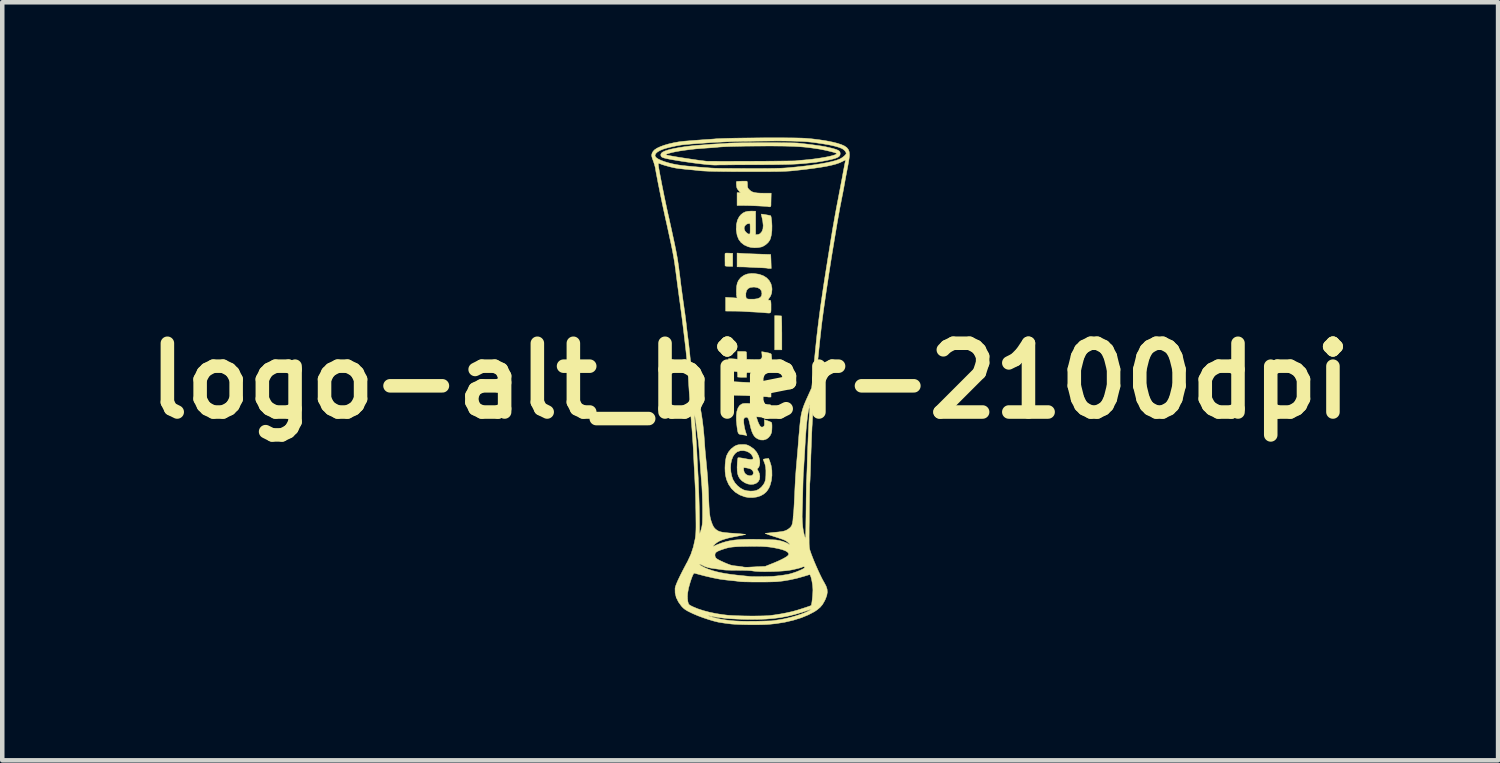
<source format=kicad_pcb>
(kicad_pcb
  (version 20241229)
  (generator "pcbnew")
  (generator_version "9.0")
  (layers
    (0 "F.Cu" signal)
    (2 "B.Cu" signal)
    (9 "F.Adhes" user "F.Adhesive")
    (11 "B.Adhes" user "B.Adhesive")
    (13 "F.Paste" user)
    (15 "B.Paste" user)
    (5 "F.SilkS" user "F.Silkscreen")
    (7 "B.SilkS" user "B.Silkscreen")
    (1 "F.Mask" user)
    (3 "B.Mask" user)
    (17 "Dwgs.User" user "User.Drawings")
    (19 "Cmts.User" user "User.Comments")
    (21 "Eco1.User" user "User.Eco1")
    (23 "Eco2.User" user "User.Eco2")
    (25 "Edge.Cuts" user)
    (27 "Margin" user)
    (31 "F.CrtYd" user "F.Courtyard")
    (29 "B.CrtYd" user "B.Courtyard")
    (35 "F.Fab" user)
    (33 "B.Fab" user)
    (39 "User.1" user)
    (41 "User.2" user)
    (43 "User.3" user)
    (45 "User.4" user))
  (footprint "logo-alt_bier-2100dpi"
    (layer "F.Cu")
    (at 13.578 5.393)
    (property "Reference" "logo-alt_bier-2100dpi" (at 0 0 0) (layer "F.SilkS") (effects (font (size 1.524 1.524) (thickness 0.3))))
    (attr through_hole)
    (fp_poly (pts (xy 0.614 -1.444) (xy 0.653 -1.442) (xy 0.682 -1.441) (xy 0.692 -1.44) (xy 0.695 -1.428) (xy 0.697 -1.395) (xy 0.698 -1.344) (xy 0.7 -1.277) (xy 0.701 -1.197) (xy 0.701 -1.108) (xy 0.702 -1.064) (xy 0.702 -0.689) (xy 0.544 -0.689) (xy 0.544 -1.447) (xy 0.614 -1.444)) (stroke (width 0.01) (type solid)) (fill yes) (layer "F.SilkS"))
    (fp_poly (pts (xy -0.472 -2.832) (xy -0.387 -2.828) (xy -0.387 -2.54) (xy -0.472 -2.54) (xy -0.521 -2.542) (xy -0.549 -2.547) (xy -0.557 -2.555) (xy -0.557 -2.579) (xy -0.557 -2.619) (xy -0.558 -2.668) (xy -0.558 -2.719) (xy -0.558 -2.765) (xy -0.558 -2.801) (xy -0.557 -2.818) (xy -0.552 -2.828) (xy -0.536 -2.833) (xy -0.503 -2.833) (xy -0.472 -2.832)) (stroke (width 0.01) (type solid)) (fill yes) (layer "F.SilkS"))
    (fp_poly (pts (xy -0.178 -2.826) (xy -0.131 -2.823) (xy -0.066 -2.82) (xy 0.012 -2.817) (xy 0.097 -2.814) (xy 0.183 -2.811) (xy 0.194 -2.811) (xy 0.27 -2.808) (xy 0.338 -2.806) (xy 0.393 -2.804) (xy 0.433 -2.803) (xy 0.453 -2.802) (xy 0.455 -2.802) (xy 0.456 -2.79) (xy 0.458 -2.758) (xy 0.46 -2.712) (xy 0.462 -2.655) (xy 0.462 -2.646) (xy 0.467 -2.492) (xy 0.429 -2.492) (xy 0.401 -2.493) (xy 0.386 -2.497) (xy 0.385 -2.497) (xy 0.372 -2.5) (xy 0.339 -2.503) (xy 0.29 -2.506) (xy 0.23 -2.509) (xy 0.199 -2.51) (xy 0.13 -2.513) (xy 0.063 -2.516) (xy 0.007 -2.519) (xy -0.034 -2.521) (xy -0.042 -2.522) (xy -0.086 -2.524) (xy -0.141 -2.526) (xy -0.197 -2.527) (xy -0.29 -2.528) (xy -0.29 -2.834) (xy -0.178 -2.826)) (stroke (width 0.01) (type solid)) (fill yes) (layer "F.SilkS"))
    (fp_poly (pts (xy -0.479 0.01) (xy -0.433 0.013) (xy -0.421 0.014) (xy -0.373 0.017) (xy -0.309 0.021) (xy -0.235 0.025) (xy -0.158 0.029) (xy -0.128 0.03) (xy -0.059 0.034) (xy 0.004 0.037) (xy 0.056 0.04) (xy 0.092 0.042) (xy 0.103 0.043) (xy 0.129 0.045) (xy 0.173 0.047) (xy 0.229 0.048) (xy 0.291 0.05) (xy 0.294 0.05) (xy 0.352 0.051) (xy 0.402 0.054) (xy 0.438 0.058) (xy 0.455 0.063) (xy 0.455 0.063) (xy 0.458 0.079) (xy 0.46 0.114) (xy 0.462 0.163) (xy 0.462 0.216) (xy 0.462 0.357) (xy 0.431 0.358) (xy 0.406 0.358) (xy 0.396 0.356) (xy 0.383 0.354) (xy 0.351 0.351) (xy 0.303 0.348) (xy 0.245 0.345) (xy 0.223 0.344) (xy 0.159 0.341) (xy 0.102 0.338) (xy 0.057 0.335) (xy 0.029 0.332) (xy 0.025 0.332) (xy 0.004 0.33) (xy -0.036 0.328) (xy -0.093 0.325) (xy -0.163 0.323) (xy -0.24 0.32) (xy -0.275 0.319) (xy -0.544 0.311) (xy -0.544 0.162) (xy -0.543 0.092) (xy -0.54 0.042) (xy -0.535 0.015) (xy -0.531 0.01) (xy -0.514 0.009) (xy -0.479 0.01)) (stroke (width 0.01) (type solid)) (fill yes) (layer "F.SilkS"))
    (fp_poly (pts (xy -0.086 -4.428) (xy -0.082 -4.428) (xy -0.07 -4.423) (xy -0.063 -4.409) (xy -0.061 -4.377) (xy -0.06 -4.353) (xy -0.059 -4.31) (xy -0.053 -4.282) (xy -0.039 -4.259) (xy -0.015 -4.234) (xy 0.016 -4.207) (xy 0.052 -4.188) (xy 0.098 -4.175) (xy 0.156 -4.166) (xy 0.231 -4.162) (xy 0.312 -4.161) (xy 0.466 -4.161) (xy 0.463 -4.037) (xy 0.462 -3.982) (xy 0.461 -3.933) (xy 0.461 -3.898) (xy 0.46 -3.886) (xy 0.453 -3.864) (xy 0.431 -3.858) (xy 0.407 -3.86) (xy 0.398 -3.863) (xy 0.385 -3.866) (xy 0.351 -3.869) (xy 0.301 -3.872) (xy 0.239 -3.875) (xy 0.168 -3.879) (xy 0.094 -3.882) (xy 0.019 -3.885) (xy -0.052 -3.887) (xy -0.116 -3.888) (xy -0.166 -3.889) (xy -0.29 -3.889) (xy -0.29 -4.031) (xy -0.29 -4.173) (xy -0.213 -4.173) (xy -0.244 -4.206) (xy -0.27 -4.237) (xy -0.289 -4.266) (xy -0.29 -4.268) (xy -0.298 -4.293) (xy -0.303 -4.329) (xy -0.306 -4.368) (xy -0.306 -4.401) (xy -0.302 -4.419) (xy -0.301 -4.42) (xy -0.288 -4.422) (xy -0.257 -4.424) (xy -0.215 -4.426) (xy -0.168 -4.428) (xy -0.123 -4.428) (xy -0.086 -4.428)) (stroke (width 0.01) (type solid)) (fill yes) (layer "F.SilkS"))
    (fp_poly (pts (xy -0.128 -0.652) (xy -0.096 -0.647) (xy -0.084 -0.64) (xy -0.083 -0.638) (xy -0.082 -0.618) (xy -0.081 -0.583) (xy -0.08 -0.55) (xy -0.079 -0.478) (xy 0.071 -0.474) (xy 0.135 -0.473) (xy 0.179 -0.473) (xy 0.209 -0.476) (xy 0.228 -0.481) (xy 0.242 -0.49) (xy 0.244 -0.492) (xy 0.258 -0.509) (xy 0.264 -0.53) (xy 0.263 -0.565) (xy 0.262 -0.581) (xy 0.255 -0.648) (xy 0.357 -0.631) (xy 0.416 -0.618) (xy 0.452 -0.606) (xy 0.466 -0.594) (xy 0.47 -0.574) (xy 0.474 -0.536) (xy 0.478 -0.486) (xy 0.48 -0.448) (xy 0.482 -0.389) (xy 0.482 -0.348) (xy 0.478 -0.318) (xy 0.47 -0.292) (xy 0.458 -0.266) (xy 0.437 -0.231) (xy 0.415 -0.206) (xy 0.387 -0.188) (xy 0.349 -0.178) (xy 0.298 -0.173) (xy 0.229 -0.173) (xy 0.163 -0.176) (xy 0.097 -0.179) (xy 0.037 -0.181) (xy -0.011 -0.184) (xy -0.042 -0.185) (xy -0.048 -0.186) (xy -0.067 -0.185) (xy -0.076 -0.174) (xy -0.079 -0.148) (xy -0.08 -0.133) (xy -0.081 -0.079) (xy -0.128 -0.079) (xy -0.173 -0.079) (xy -0.221 -0.082) (xy -0.227 -0.082) (xy -0.278 -0.086) (xy -0.278 -0.146) (xy -0.28 -0.182) (xy -0.286 -0.201) (xy -0.298 -0.206) (xy -0.299 -0.206) (xy -0.335 -0.209) (xy -0.373 -0.214) (xy -0.405 -0.221) (xy -0.424 -0.227) (xy -0.424 -0.228) (xy -0.429 -0.242) (xy -0.438 -0.273) (xy -0.448 -0.316) (xy -0.459 -0.364) (xy -0.47 -0.412) (xy -0.478 -0.452) (xy -0.483 -0.48) (xy -0.484 -0.487) (xy -0.473 -0.491) (xy -0.443 -0.492) (xy -0.4 -0.49) (xy -0.381 -0.489) (xy -0.278 -0.481) (xy -0.278 -0.653) (xy -0.181 -0.653) (xy -0.128 -0.652)) (stroke (width 0.01) (type solid)) (fill yes) (layer "F.SilkS"))
    (fp_poly (pts (xy 0.082 -3.763) (xy 0.121 -3.762) (xy 0.121 -3.242) (xy 0.156 -3.242) (xy 0.191 -3.249) (xy 0.221 -3.265) (xy 0.26 -3.31) (xy 0.283 -3.37) (xy 0.289 -3.446) (xy 0.279 -3.539) (xy 0.267 -3.598) (xy 0.257 -3.643) (xy 0.249 -3.678) (xy 0.247 -3.696) (xy 0.247 -3.698) (xy 0.259 -3.697) (xy 0.288 -3.693) (xy 0.328 -3.687) (xy 0.371 -3.679) (xy 0.411 -3.672) (xy 0.442 -3.665) (xy 0.455 -3.661) (xy 0.455 -3.661) (xy 0.462 -3.643) (xy 0.469 -3.606) (xy 0.475 -3.556) (xy 0.48 -3.498) (xy 0.483 -3.437) (xy 0.483 -3.43) (xy 0.481 -3.326) (xy 0.469 -3.233) (xy 0.45 -3.157) (xy 0.435 -3.12) (xy 0.397 -3.067) (xy 0.344 -3.019) (xy 0.283 -2.982) (xy 0.249 -2.969) (xy 0.179 -2.956) (xy 0.098 -2.952) (xy 0.019 -2.959) (xy -0.045 -2.974) (xy -0.133 -3.014) (xy -0.203 -3.069) (xy -0.255 -3.139) (xy -0.289 -3.226) (xy -0.306 -3.329) (xy -0.308 -3.357) (xy -0.307 -3.368) (xy -0.133 -3.368) (xy -0.114 -3.322) (xy -0.092 -3.295) (xy -0.062 -3.27) (xy -0.035 -3.255) (xy -0.025 -3.254) (xy -0.014 -3.255) (xy -0.007 -3.262) (xy -0.002 -3.279) (xy -0.000487 -3.311) (xy -0.000009 -3.362) (xy 0 -3.376) (xy -0.000433 -3.431) (xy -0.002 -3.467) (xy -0.006 -3.486) (xy -0.012 -3.492) (xy -0.019 -3.491) (xy -0.047 -3.484) (xy -0.056 -3.483) (xy -0.076 -3.475) (xy -0.101 -3.456) (xy -0.103 -3.454) (xy -0.13 -3.413) (xy -0.133 -3.368) (xy -0.307 -3.368) (xy -0.304 -3.467) (xy -0.282 -3.562) (xy -0.242 -3.64) (xy -0.204 -3.685) (xy -0.16 -3.721) (xy -0.112 -3.745) (xy -0.054 -3.759) (xy 0.019 -3.764) (xy 0.082 -3.763)) (stroke (width 0.01) (type solid)) (fill yes) (layer "F.SilkS"))
    (fp_poly (pts (xy 0.09 -2.38) (xy 0.196 -2.364) (xy 0.288 -2.332) (xy 0.364 -2.285) (xy 0.422 -2.224) (xy 0.462 -2.15) (xy 0.482 -2.064) (xy 0.484 -2.026) (xy 0.476 -1.949) (xy 0.453 -1.883) (xy 0.421 -1.835) (xy 0.401 -1.807) (xy 0.399 -1.792) (xy 0.416 -1.788) (xy 0.431 -1.789) (xy 0.445 -1.787) (xy 0.454 -1.774) (xy 0.459 -1.747) (xy 0.462 -1.702) (xy 0.462 -1.637) (xy 0.462 -1.634) (xy 0.462 -1.578) (xy 0.46 -1.539) (xy 0.452 -1.516) (xy 0.434 -1.505) (xy 0.402 -1.504) (xy 0.353 -1.508) (xy 0.308 -1.512) (xy 0.261 -1.516) (xy 0.196 -1.521) (xy 0.122 -1.525) (xy 0.046 -1.529) (xy 0.024 -1.53) (xy -0.042 -1.534) (xy -0.1 -1.537) (xy -0.146 -1.54) (xy -0.175 -1.542) (xy -0.181 -1.543) (xy -0.2 -1.544) (xy -0.237 -1.545) (xy -0.289 -1.546) (xy -0.35 -1.547) (xy -0.372 -1.547) (xy -0.544 -1.548) (xy -0.544 -1.853) (xy -0.416 -1.845) (xy -0.288 -1.836) (xy -0.296 -1.863) (xy -0.3 -1.886) (xy -0.303 -1.921) (xy -0.097 -1.921) (xy -0.095 -1.87) (xy -0.088 -1.839) (xy -0.072 -1.822) (xy -0.043 -1.814) (xy -0.008 -1.812) (xy 0.087 -1.812) (xy 0.16 -1.822) (xy 0.212 -1.843) (xy 0.229 -1.856) (xy 0.251 -1.886) (xy 0.259 -1.923) (xy 0.26 -1.94) (xy 0.25 -1.995) (xy 0.219 -2.037) (xy 0.17 -2.065) (xy 0.104 -2.079) (xy 0.072 -2.08) (xy 0.004 -2.072) (xy -0.047 -2.046) (xy -0.08 -2.004) (xy -0.095 -1.946) (xy -0.097 -1.921) (xy -0.303 -1.921) (xy -0.303 -1.927) (xy -0.305 -1.978) (xy -0.305 -2.007) (xy -0.3 -2.097) (xy -0.285 -2.169) (xy -0.257 -2.229) (xy -0.215 -2.281) (xy -0.196 -2.299) (xy -0.133 -2.343) (xy -0.061 -2.37) (xy 0.024 -2.381) (xy 0.09 -2.38)) (stroke (width 0.01) (type solid)) (fill yes) (layer "F.SilkS"))
    (fp_poly (pts (xy -0.035 0.5) (xy 0.011 0.502) (xy 0.069 0.506) (xy 0.118 0.509) (xy 0.154 0.512) (xy 0.17 0.515) (xy 0.17 0.515) (xy 0.184 0.517) (xy 0.218 0.519) (xy 0.265 0.521) (xy 0.318 0.522) (xy 0.38 0.524) (xy 0.421 0.526) (xy 0.446 0.53) (xy 0.458 0.537) (xy 0.46 0.544) (xy 0.461 0.563) (xy 0.461 0.601) (xy 0.461 0.65) (xy 0.461 0.689) (xy 0.46 0.746) (xy 0.459 0.783) (xy 0.455 0.804) (xy 0.449 0.813) (xy 0.439 0.814) (xy 0.439 0.814) (xy 0.419 0.813) (xy 0.381 0.81) (xy 0.329 0.807) (xy 0.277 0.804) (xy 0.136 0.795) (xy 0.165 0.885) (xy 0.183 0.932) (xy 0.204 0.974) (xy 0.222 1.002) (xy 0.224 1.003) (xy 0.246 1.022) (xy 0.266 1.025) (xy 0.284 1.018) (xy 0.302 1.007) (xy 0.313 0.989) (xy 0.317 0.959) (xy 0.316 0.912) (xy 0.316 0.905) (xy 0.313 0.86) (xy 0.389 0.885) (xy 0.43 0.9) (xy 0.461 0.915) (xy 0.475 0.924) (xy 0.48 0.945) (xy 0.483 0.983) (xy 0.483 1.03) (xy 0.481 1.079) (xy 0.477 1.124) (xy 0.471 1.152) (xy 0.446 1.207) (xy 0.406 1.256) (xy 0.363 1.288) (xy 0.297 1.31) (xy 0.231 1.308) (xy 0.172 1.287) (xy 0.129 1.261) (xy 0.094 1.228) (xy 0.065 1.183) (xy 0.039 1.125) (xy 0.015 1.049) (xy -0.006 0.962) (xy -0.017 0.914) (xy -0.029 0.871) (xy -0.038 0.844) (xy -0.059 0.813) (xy -0.088 0.803) (xy -0.119 0.815) (xy -0.123 0.818) (xy -0.136 0.833) (xy -0.143 0.851) (xy -0.144 0.879) (xy -0.142 0.924) (xy -0.142 0.931) (xy -0.134 0.99) (xy -0.121 1.057) (xy -0.105 1.117) (xy -0.074 1.212) (xy -0.101 1.205) (xy -0.128 1.2) (xy -0.168 1.194) (xy -0.191 1.19) (xy -0.222 1.186) (xy -0.244 1.178) (xy -0.26 1.163) (xy -0.271 1.138) (xy -0.28 1.098) (xy -0.289 1.039) (xy -0.293 1.007) (xy -0.306 0.877) (xy -0.306 0.765) (xy -0.294 0.672) (xy -0.269 0.599) (xy -0.233 0.545) (xy -0.185 0.512) (xy -0.161 0.504) (xy -0.131 0.5) (xy -0.091 0.498) (xy -0.035 0.5)) (stroke (width 0.01) (type solid)) (fill yes) (layer "F.SilkS"))
    (fp_poly (pts (xy -0.123 1.41) (xy -0.086 1.415) (xy -0.052 1.426) (xy -0.013 1.445) (xy -0.002 1.451) (xy 0.08 1.508) (xy 0.144 1.581) (xy 0.189 1.667) (xy 0.212 1.76) (xy 0.214 1.815) (xy 0.207 1.867) (xy 0.192 1.91) (xy 0.172 1.936) (xy 0.17 1.937) (xy 0.157 1.948) (xy 0.157 1.96) (xy 0.169 1.981) (xy 0.176 1.992) (xy 0.203 2.049) (xy 0.214 2.114) (xy 0.208 2.175) (xy 0.206 2.182) (xy 0.178 2.233) (xy 0.134 2.269) (xy 0.079 2.289) (xy 0.017 2.295) (xy -0.049 2.285) (xy -0.115 2.259) (xy -0.177 2.218) (xy -0.195 2.202) (xy -0.234 2.159) (xy -0.261 2.112) (xy -0.278 2.057) (xy -0.287 1.989) (xy -0.288 1.958) (xy -0.145 1.958) (xy -0.139 1.998) (xy -0.126 2.034) (xy -0.099 2.067) (xy -0.06 2.09) (xy -0.017 2.102) (xy 0.024 2.101) (xy 0.054 2.086) (xy 0.071 2.053) (xy 0.069 2.016) (xy 0.048 1.981) (xy 0.014 1.954) (xy -0.019 1.942) (xy -0.062 1.932) (xy -0.083 1.928) (xy -0.145 1.92) (xy -0.145 1.958) (xy -0.288 1.958) (xy -0.289 1.905) (xy -0.287 1.859) (xy -0.284 1.802) (xy -0.279 1.753) (xy -0.274 1.719) (xy -0.27 1.704) (xy -0.254 1.702) (xy -0.22 1.705) (xy -0.173 1.712) (xy -0.139 1.718) (xy -0.06 1.733) (xy -0.003 1.741) (xy 0.036 1.742) (xy 0.058 1.734) (xy 0.066 1.718) (xy 0.063 1.694) (xy 0.059 1.682) (xy 0.026 1.628) (xy -0.023 1.587) (xy -0.084 1.558) (xy -0.151 1.545) (xy -0.22 1.548) (xy -0.284 1.57) (xy -0.29 1.573) (xy -0.34 1.615) (xy -0.38 1.674) (xy -0.41 1.749) (xy -0.428 1.833) (xy -0.434 1.925) (xy -0.427 2.019) (xy -0.408 2.112) (xy -0.38 2.19) (xy -0.338 2.26) (xy -0.279 2.326) (xy -0.211 2.38) (xy -0.14 2.418) (xy -0.139 2.418) (xy -0.069 2.436) (xy 0.01 2.443) (xy 0.087 2.439) (xy 0.135 2.429) (xy 0.193 2.401) (xy 0.248 2.355) (xy 0.295 2.297) (xy 0.311 2.27) (xy 0.326 2.236) (xy 0.336 2.203) (xy 0.343 2.162) (xy 0.347 2.108) (xy 0.348 2.078) (xy 0.349 1.986) (xy 0.343 1.911) (xy 0.328 1.844) (xy 0.306 1.787) (xy 0.295 1.758) (xy 0.291 1.739) (xy 0.291 1.737) (xy 0.305 1.733) (xy 0.335 1.727) (xy 0.352 1.725) (xy 0.408 1.717) (xy 0.432 1.774) (xy 0.464 1.874) (xy 0.481 1.984) (xy 0.483 2.097) (xy 0.47 2.208) (xy 0.443 2.309) (xy 0.418 2.368) (xy 0.387 2.42) (xy 0.356 2.46) (xy 0.315 2.496) (xy 0.3 2.508) (xy 0.231 2.547) (xy 0.148 2.573) (xy 0.056 2.586) (xy -0.038 2.584) (xy -0.118 2.57) (xy -0.23 2.528) (xy -0.329 2.467) (xy -0.412 2.388) (xy -0.477 2.294) (xy -0.524 2.186) (xy -0.547 2.091) (xy -0.555 2.016) (xy -0.558 1.931) (xy -0.554 1.844) (xy -0.545 1.761) (xy -0.532 1.691) (xy -0.521 1.655) (xy -0.481 1.578) (xy -0.424 1.509) (xy -0.356 1.455) (xy -0.334 1.442) (xy -0.296 1.425) (xy -0.258 1.415) (xy -0.213 1.411) (xy -0.175 1.41) (xy -0.123 1.41)) (stroke (width 0.01) (type solid)) (fill yes) (layer "F.SilkS"))
    (fp_poly (pts (xy 0.5 -5.28) (xy 0.613 -5.28) (xy 0.719 -5.279) (xy 0.815 -5.278) (xy 0.899 -5.277) (xy 0.967 -5.276) (xy 1.017 -5.274) (xy 1.046 -5.273) (xy 1.214 -5.254) (xy 1.359 -5.237) (xy 1.482 -5.22) (xy 1.584 -5.205) (xy 1.666 -5.191) (xy 1.705 -5.182) (xy 1.797 -5.161) (xy 1.867 -5.142) (xy 1.919 -5.125) (xy 1.956 -5.108) (xy 1.979 -5.09) (xy 1.991 -5.07) (xy 1.995 -5.046) (xy 1.996 -5.038) (xy 1.991 -5.007) (xy 1.976 -4.982) (xy 1.947 -4.959) (xy 1.902 -4.939) (xy 1.84 -4.92) (xy 1.758 -4.9) (xy 1.697 -4.888) (xy 1.627 -4.874) (xy 1.559 -4.862) (xy 1.5 -4.853) (xy 1.455 -4.846) (xy 1.445 -4.845) (xy 1.399 -4.841) (xy 1.34 -4.834) (xy 1.277 -4.828) (xy 1.258 -4.826) (xy 1.194 -4.819) (xy 1.127 -4.814) (xy 1.056 -4.809) (xy 0.979 -4.805) (xy 0.893 -4.801) (xy 0.797 -4.798) (xy 0.687 -4.796) (xy 0.562 -4.794) (xy 0.42 -4.793) (xy 0.259 -4.792) (xy 0.075 -4.791) (xy 0.043 -4.791) (xy -0.091 -4.791) (xy -0.218 -4.79) (xy -0.336 -4.79) (xy -0.444 -4.789) (xy -0.538 -4.788) (xy -0.617 -4.787) (xy -0.679 -4.787) (xy -0.721 -4.786) (xy -0.742 -4.785) (xy -0.743 -4.785) (xy -0.765 -4.784) (xy -0.805 -4.785) (xy -0.857 -4.788) (xy -0.901 -4.791) (xy -0.978 -4.798) (xy -1.069 -4.808) (xy -1.17 -4.82) (xy -1.278 -4.834) (xy -1.389 -4.85) (xy -1.499 -4.866) (xy -1.604 -4.883) (xy -1.701 -4.899) (xy -1.785 -4.914) (xy -1.854 -4.928) (xy -1.903 -4.94) (xy -1.908 -4.941) (xy -1.947 -4.955) (xy -1.969 -4.97) (xy -1.979 -4.99) (xy -1.979 -4.992) (xy -1.98 -5.014) (xy -1.871 -5.014) (xy -1.855 -5.007) (xy -1.834 -5.002) (xy -1.791 -4.993) (xy -1.732 -4.983) (xy -1.659 -4.97) (xy -1.576 -4.956) (xy -1.486 -4.942) (xy -1.393 -4.928) (xy -1.299 -4.914) (xy -1.21 -4.901) (xy -1.128 -4.889) (xy -1.056 -4.88) (xy -0.998 -4.873) (xy -0.974 -4.87) (xy -0.952 -4.869) (xy -0.908 -4.868) (xy -0.846 -4.868) (xy -0.766 -4.868) (xy -0.672 -4.867) (xy -0.565 -4.867) (xy -0.448 -4.867) (xy -0.322 -4.868) (xy -0.192 -4.868) (xy -0.057 -4.868) (xy 0.078 -4.869) (xy 0.213 -4.87) (xy 0.344 -4.87) (xy 0.47 -4.871) (xy 0.588 -4.872) (xy 0.696 -4.873) (xy 0.792 -4.874) (xy 0.873 -4.875) (xy 0.938 -4.876) (xy 0.983 -4.877) (xy 1.007 -4.878) (xy 1.01 -4.878) (xy 1.04 -4.882) (xy 1.084 -4.887) (xy 1.135 -4.892) (xy 1.143 -4.892) (xy 1.258 -4.902) (xy 1.371 -4.914) (xy 1.479 -4.928) (xy 1.581 -4.944) (xy 1.673 -4.96) (xy 1.754 -4.976) (xy 1.821 -4.993) (xy 1.873 -5.009) (xy 1.906 -5.024) (xy 1.918 -5.037) (xy 1.915 -5.044) (xy 1.898 -5.052) (xy 1.862 -5.064) (xy 1.811 -5.078) (xy 1.749 -5.093) (xy 1.683 -5.109) (xy 1.615 -5.123) (xy 1.551 -5.136) (xy 1.494 -5.145) (xy 1.494 -5.145) (xy 1.397 -5.159) (xy 1.307 -5.171) (xy 1.222 -5.181) (xy 1.139 -5.188) (xy 1.053 -5.194) (xy 0.961 -5.199) (xy 0.86 -5.202) (xy 0.747 -5.205) (xy 0.617 -5.206) (xy 0.468 -5.207) (xy 0.399 -5.207) (xy 0.226 -5.206) (xy 0.061 -5.205) (xy -0.094 -5.204) (xy -0.238 -5.201) (xy -0.368 -5.198) (xy -0.481 -5.195) (xy -0.576 -5.191) (xy -0.651 -5.186) (xy -0.695 -5.183) (xy -0.731 -5.179) (xy -0.776 -5.175) (xy -0.834 -5.17) (xy -0.907 -5.165) (xy -0.999 -5.159) (xy -1.089 -5.152) (xy -1.204 -5.143) (xy -1.321 -5.13) (xy -1.437 -5.115) (xy -1.548 -5.099) (xy -1.65 -5.081) (xy -1.738 -5.062) (xy -1.808 -5.043) (xy -1.845 -5.031) (xy -1.868 -5.021) (xy -1.871 -5.014) (xy -1.98 -5.014) (xy -1.981 -5.022) (xy -1.968 -5.049) (xy -1.938 -5.073) (xy -1.889 -5.096) (xy -1.82 -5.119) (xy -1.76 -5.135) (xy -1.671 -5.154) (xy -1.563 -5.174) (xy -1.443 -5.192) (xy -1.316 -5.208) (xy -1.187 -5.221) (xy -1.063 -5.23) (xy -1.034 -5.232) (xy -0.977 -5.236) (xy -0.93 -5.239) (xy -0.897 -5.242) (xy -0.883 -5.244) (xy -0.883 -5.244) (xy -0.869 -5.246) (xy -0.836 -5.248) (xy -0.787 -5.251) (xy -0.727 -5.254) (xy -0.695 -5.255) (xy -0.629 -5.259) (xy -0.569 -5.262) (xy -0.522 -5.266) (xy -0.491 -5.269) (xy -0.484 -5.27) (xy -0.463 -5.272) (xy -0.42 -5.273) (xy -0.358 -5.275) (xy -0.28 -5.276) (xy -0.189 -5.278) (xy -0.086 -5.278) (xy 0.025 -5.279) (xy 0.142 -5.28) (xy 0.261 -5.28) (xy 0.382 -5.28) (xy 0.5 -5.28)) (stroke (width 0.01) (type solid)) (fill yes) (layer "F.SilkS"))
    (fp_poly (pts (xy 0.737 -5.388) (xy 0.86 -5.387) (xy 0.97 -5.386) (xy 1.065 -5.384) (xy 1.144 -5.382) (xy 1.202 -5.379) (xy 1.21 -5.379) (xy 1.372 -5.365) (xy 1.533 -5.345) (xy 1.687 -5.321) (xy 1.827 -5.293) (xy 1.924 -5.269) (xy 2.018 -5.239) (xy 2.09 -5.207) (xy 2.142 -5.171) (xy 2.176 -5.128) (xy 2.195 -5.077) (xy 2.201 -5.016) (xy 2.201 -5.015) (xy 2.199 -4.982) (xy 2.193 -4.931) (xy 2.183 -4.866) (xy 2.17 -4.792) (xy 2.155 -4.713) (xy 2.153 -4.703) (xy 2.137 -4.619) (xy 2.121 -4.536) (xy 2.107 -4.458) (xy 2.095 -4.391) (xy 2.086 -4.342) (xy 2.086 -4.342) (xy 2.078 -4.295) (xy 2.066 -4.231) (xy 2.051 -4.153) (xy 2.034 -4.068) (xy 2.017 -3.981) (xy 2.012 -3.955) (xy 1.989 -3.838) (xy 1.964 -3.699) (xy 1.936 -3.543) (xy 1.907 -3.371) (xy 1.876 -3.187) (xy 1.844 -2.994) (xy 1.811 -2.795) (xy 1.779 -2.592) (xy 1.747 -2.389) (xy 1.717 -2.188) (xy 1.687 -1.993) (xy 1.66 -1.807) (xy 1.635 -1.632) (xy 1.613 -1.471) (xy 1.594 -1.328) (xy 1.591 -1.306) (xy 1.582 -1.235) (xy 1.572 -1.144) (xy 1.56 -1.034) (xy 1.546 -0.91) (xy 1.532 -0.775) (xy 1.517 -0.631) (xy 1.502 -0.483) (xy 1.487 -0.332) (xy 1.472 -0.184) (xy 1.458 -0.039) (xy 1.444 0.097) (xy 1.433 0.223) (xy 1.428 0.278) (xy 1.42 0.361) (xy 1.413 0.439) (xy 1.407 0.508) (xy 1.402 0.564) (xy 1.398 0.602) (xy 1.397 0.611) (xy 1.394 0.651) (xy 1.39 0.706) (xy 1.386 0.765) (xy 1.385 0.786) (xy 1.381 0.851) (xy 1.377 0.919) (xy 1.374 0.979) (xy 1.373 0.992) (xy 1.37 1.038) (xy 1.368 1.101) (xy 1.364 1.173) (xy 1.362 1.247) (xy 1.361 1.264) (xy 1.358 1.344) (xy 1.355 1.431) (xy 1.351 1.515) (xy 1.349 1.586) (xy 1.349 1.591) (xy 1.346 1.651) (xy 1.344 1.728) (xy 1.341 1.816) (xy 1.338 1.905) (xy 1.336 1.978) (xy 1.333 2.055) (xy 1.33 2.126) (xy 1.328 2.187) (xy 1.325 2.233) (xy 1.323 2.26) (xy 1.323 2.262) (xy 1.321 2.282) (xy 1.32 2.323) (xy 1.319 2.384) (xy 1.317 2.463) (xy 1.315 2.556) (xy 1.314 2.662) (xy 1.312 2.778) (xy 1.311 2.902) (xy 1.31 2.994) (xy 1.309 3.14) (xy 1.307 3.265) (xy 1.307 3.37) (xy 1.306 3.456) (xy 1.307 3.527) (xy 1.307 3.584) (xy 1.308 3.629) (xy 1.31 3.664) (xy 1.313 3.692) (xy 1.316 3.714) (xy 1.32 3.733) (xy 1.324 3.75) (xy 1.328 3.762) (xy 1.351 3.83) (xy 1.383 3.913) (xy 1.42 4.006) (xy 1.462 4.103) (xy 1.505 4.2) (xy 1.548 4.292) (xy 1.588 4.374) (xy 1.624 4.441) (xy 1.642 4.472) (xy 1.682 4.547) (xy 1.705 4.616) (xy 1.71 4.685) (xy 1.698 4.757) (xy 1.668 4.838) (xy 1.644 4.886) (xy 1.602 4.958) (xy 1.551 5.018) (xy 1.486 5.073) (xy 1.425 5.114) (xy 1.288 5.186) (xy 1.132 5.25) (xy 0.958 5.304) (xy 0.771 5.348) (xy 0.572 5.38) (xy 0.435 5.394) (xy 0.352 5.4) (xy 0.251 5.403) (xy 0.137 5.405) (xy 0.017 5.405) (xy -0.104 5.403) (xy -0.22 5.4) (xy -0.325 5.395) (xy -0.413 5.389) (xy -0.429 5.387) (xy -0.504 5.378) (xy -0.585 5.367) (xy -0.662 5.355) (xy -0.713 5.346) (xy -0.81 5.322) (xy -0.921 5.289) (xy -1.038 5.25) (xy -1.154 5.207) (xy -1.159 5.205) (xy -0.927 5.205) (xy -0.919 5.21) (xy -0.893 5.22) (xy -0.852 5.232) (xy -0.802 5.246) (xy -0.747 5.26) (xy -0.693 5.272) (xy -0.659 5.279) (xy -0.557 5.297) (xy -0.452 5.31) (xy -0.342 5.32) (xy -0.22 5.326) (xy -0.084 5.329) (xy 0.071 5.328) (xy 0.109 5.328) (xy 0.2 5.326) (xy 0.284 5.324) (xy 0.359 5.322) (xy 0.42 5.32) (xy 0.464 5.319) (xy 0.488 5.317) (xy 0.49 5.317) (xy 0.519 5.312) (xy 0.564 5.306) (xy 0.615 5.298) (xy 0.623 5.297) (xy 0.72 5.281) (xy 0.825 5.258) (xy 0.932 5.231) (xy 1.037 5.2) (xy 1.135 5.167) (xy 1.222 5.134) (xy 1.293 5.101) (xy 1.331 5.08) (xy 1.351 5.066) (xy 1.354 5.061) (xy 1.349 5.062) (xy 1.167 5.124) (xy 0.998 5.174) (xy 0.838 5.214) (xy 0.681 5.244) (xy 0.52 5.265) (xy 0.352 5.279) (xy 0.168 5.286) (xy 0.03 5.287) (xy -0.137 5.285) (xy -0.297 5.279) (xy -0.446 5.271) (xy -0.581 5.259) (xy -0.699 5.245) (xy -0.796 5.228) (xy -0.812 5.225) (xy -0.86 5.215) (xy -0.899 5.207) (xy -0.923 5.204) (xy -0.927 5.205) (xy -1.159 5.205) (xy -1.261 5.162) (xy -1.324 5.132) (xy -1.386 5.101) (xy -1.431 5.074) (xy -1.466 5.049) (xy -1.498 5.019) (xy -1.523 4.992) (xy -1.591 4.898) (xy -1.638 4.801) (xy -1.639 4.798) (xy -1.391 4.798) (xy -1.382 4.885) (xy -1.377 4.907) (xy -1.369 4.933) (xy -1.359 4.953) (xy -1.342 4.968) (xy -1.312 4.985) (xy -1.266 5.008) (xy -1.265 5.008) (xy -1.162 5.051) (xy -1.04 5.091) (xy -0.904 5.127) (xy -0.76 5.157) (xy -0.613 5.18) (xy -0.495 5.194) (xy -0.42 5.199) (xy -0.329 5.204) (xy -0.227 5.207) (xy -0.117 5.21) (xy -0.005 5.211) (xy 0.106 5.211) (xy 0.21 5.21) (xy 0.303 5.208) (xy 0.38 5.205) (xy 0.433 5.201) (xy 0.547 5.186) (xy 0.674 5.166) (xy 0.802 5.142) (xy 0.922 5.115) (xy 0.944 5.11) (xy 0.986 5.098) (xy 1.04 5.083) (xy 1.1 5.064) (xy 1.163 5.044) (xy 1.224 5.024) (xy 1.278 5.006) (xy 1.32 4.991) (xy 1.346 4.981) (xy 1.353 4.977) (xy 1.358 4.961) (xy 1.365 4.926) (xy 1.372 4.878) (xy 1.378 4.821) (xy 1.384 4.762) (xy 1.388 4.705) (xy 1.39 4.655) (xy 1.391 4.639) (xy 1.388 4.581) (xy 1.382 4.518) (xy 1.372 4.456) (xy 1.361 4.398) (xy 1.348 4.349) (xy 1.335 4.313) (xy 1.323 4.294) (xy 1.318 4.293) (xy 1.3 4.298) (xy 1.264 4.309) (xy 1.216 4.324) (xy 1.168 4.338) (xy 1.028 4.377) (xy 0.877 4.41) (xy 0.726 4.435) (xy 0.593 4.45) (xy 0.546 4.452) (xy 0.482 4.454) (xy 0.406 4.456) (xy 0.32 4.457) (xy 0.229 4.457) (xy 0.137 4.457) (xy 0.046 4.457) (xy -0.038 4.455) (xy -0.113 4.454) (xy -0.174 4.452) (xy -0.217 4.449) (xy -0.236 4.447) (xy -0.27 4.442) (xy -0.314 4.436) (xy -0.333 4.434) (xy -0.371 4.43) (xy -0.424 4.425) (xy -0.485 4.418) (xy -0.526 4.414) (xy -0.669 4.395) (xy -0.83 4.364) (xy -1.006 4.323) (xy -1.195 4.273) (xy -1.234 4.261) (xy -1.248 4.267) (xy -1.264 4.29) (xy -1.284 4.334) (xy -1.308 4.399) (xy -1.329 4.463) (xy -1.365 4.59) (xy -1.385 4.701) (xy -1.391 4.798) (xy -1.639 4.798) (xy -1.663 4.701) (xy -1.665 4.602) (xy -1.664 4.592) (xy -1.654 4.551) (xy -1.631 4.49) (xy -1.597 4.412) (xy -1.551 4.316) (xy -1.495 4.205) (xy -1.429 4.079) (xy -1.417 4.058) (xy -1.137 4.058) (xy -1.127 4.071) (xy -1.098 4.09) (xy -1.057 4.114) (xy -1.008 4.139) (xy -0.955 4.162) (xy -0.919 4.176) (xy -0.838 4.204) (xy -0.752 4.228) (xy -0.658 4.25) (xy -0.551 4.27) (xy -0.43 4.288) (xy -0.29 4.305) (xy -0.163 4.318) (xy -0.107 4.324) (xy -0.057 4.329) (xy -0.021 4.333) (xy -0.006 4.335) (xy 0.022 4.337) (xy 0.07 4.338) (xy 0.132 4.339) (xy 0.203 4.339) (xy 0.278 4.338) (xy 0.353 4.337) (xy 0.421 4.335) (xy 0.479 4.333) (xy 0.521 4.331) (xy 0.532 4.329) (xy 0.589 4.323) (xy 0.65 4.316) (xy 0.683 4.312) (xy 0.734 4.305) (xy 0.795 4.295) (xy 0.846 4.286) (xy 0.9 4.273) (xy 0.96 4.254) (xy 1.022 4.233) (xy 1.081 4.209) (xy 1.134 4.186) (xy 1.176 4.165) (xy 1.202 4.147) (xy 1.21 4.137) (xy 1.2 4.12) (xy 1.178 4.118) (xy 1.163 4.123) (xy 1.135 4.135) (xy 1.089 4.149) (xy 1.031 4.164) (xy 0.969 4.178) (xy 0.908 4.191) (xy 0.877 4.196) (xy 0.803 4.206) (xy 0.716 4.214) (xy 0.619 4.22) (xy 0.516 4.225) (xy 0.413 4.227) (xy 0.314 4.228) (xy 0.222 4.226) (xy 0.142 4.222) (xy 0.079 4.216) (xy 0.047 4.211) (xy 0.018 4.207) (xy -0.031 4.203) (xy -0.094 4.2) (xy -0.168 4.199) (xy -0.247 4.198) (xy -0.261 4.198) (xy -0.341 4.197) (xy -0.414 4.197) (xy -0.478 4.195) (xy -0.528 4.194) (xy -0.559 4.192) (xy -0.562 4.192) (xy -0.666 4.178) (xy -0.748 4.167) (xy -0.812 4.158) (xy -0.862 4.151) (xy -0.9 4.144) (xy -0.929 4.138) (xy -0.953 4.131) (xy -0.962 4.128) (xy -0.998 4.116) (xy -1.026 4.105) (xy -1.034 4.1) (xy -1.052 4.09) (xy -1.079 4.077) (xy -1.108 4.066) (xy -1.13 4.058) (xy -1.137 4.058) (xy -1.417 4.058) (xy -1.391 4.01) (xy -1.32 3.859) (xy -0.781 3.859) (xy -0.778 3.886) (xy -0.771 3.907) (xy -0.759 3.925) (xy -0.738 3.944) (xy -0.704 3.964) (xy -0.655 3.989) (xy -0.587 4.02) (xy -0.579 4.024) (xy -0.513 4.052) (xy -0.461 4.072) (xy -0.418 4.086) (xy -0.374 4.095) (xy -0.324 4.101) (xy -0.314 4.102) (xy -0.259 4.108) (xy -0.207 4.115) (xy -0.168 4.121) (xy -0.157 4.124) (xy -0.119 4.129) (xy -0.072 4.13) (xy -0.054 4.13) (xy -0.019 4.128) (xy 0.034 4.125) (xy 0.097 4.122) (xy 0.163 4.118) (xy 0.169 4.118) (xy 0.333 4.111) (xy 0.519 4.037) (xy 0.616 3.996) (xy 0.699 3.957) (xy 0.766 3.921) (xy 0.816 3.89) (xy 0.845 3.863) (xy 0.851 3.853) (xy 0.851 3.822) (xy 0.827 3.793) (xy 0.78 3.765) (xy 0.709 3.739) (xy 0.615 3.715) (xy 0.607 3.714) (xy 0.522 3.697) (xy 0.44 3.684) (xy 0.355 3.675) (xy 0.262 3.669) (xy 0.159 3.667) (xy 0.039 3.666) (xy -0.074 3.668) (xy -0.183 3.67) (xy -0.272 3.673) (xy -0.346 3.678) (xy -0.408 3.684) (xy -0.462 3.692) (xy -0.513 3.704) (xy -0.565 3.719) (xy -0.622 3.738) (xy -0.659 3.751) (xy -0.718 3.775) (xy -0.756 3.799) (xy -0.776 3.826) (xy -0.781 3.859) (xy -1.32 3.859) (xy -1.316 3.851) (xy -1.26 3.682) (xy -1.22 3.502) (xy -1.214 3.465) (xy -1.21 3.43) (xy -1.206 3.393) (xy -1.204 3.351) (xy -1.202 3.301) (xy -1.201 3.24) (xy -1.201 3.165) (xy -1.202 3.074) (xy -1.203 2.963) (xy -1.204 2.897) (xy -1.206 2.791) (xy -1.207 2.691) (xy -1.209 2.601) (xy -1.211 2.523) (xy -1.212 2.46) (xy -1.214 2.415) (xy -1.215 2.391) (xy -1.215 2.389) (xy -1.218 2.364) (xy -1.22 2.32) (xy -1.223 2.263) (xy -1.226 2.199) (xy -1.227 2.177) (xy -1.23 2.106) (xy -1.234 2.037) (xy -1.237 1.976) (xy -1.239 1.93) (xy -1.24 1.923) (xy -1.243 1.878) (xy -1.246 1.818) (xy -1.249 1.751) (xy -1.252 1.699) (xy -1.256 1.607) (xy -1.26 1.52) (xy -1.265 1.435) (xy -1.271 1.349) (xy -1.277 1.258) (xy -1.284 1.158) (xy -1.292 1.047) (xy -1.302 0.922) (xy -1.314 0.778) (xy -1.317 0.738) (xy -1.243 0.738) (xy -1.24 0.762) (xy -1.236 0.796) (xy -1.232 0.844) (xy -1.228 0.889) (xy -1.214 1.074) (xy -1.203 1.237) (xy -1.193 1.377) (xy -1.186 1.495) (xy -1.181 1.593) (xy -1.18 1.615) (xy -1.176 1.708) (xy -1.172 1.796) (xy -1.167 1.886) (xy -1.161 1.986) (xy -1.155 2.092) (xy -1.153 2.124) (xy -1.151 2.16) (xy -1.15 2.204) (xy -1.147 2.258) (xy -1.145 2.324) (xy -1.142 2.405) (xy -1.138 2.504) (xy -1.134 2.623) (xy -1.131 2.715) (xy -1.129 2.788) (xy -1.127 2.877) (xy -1.125 2.974) (xy -1.124 3.071) (xy -1.123 3.145) (xy -1.122 3.393) (xy -1.099 3.334) (xy -1.086 3.291) (xy -1.072 3.237) (xy -1.063 3.183) (xy -1.059 3.143) (xy -1.057 3.083) (xy -1.055 3.007) (xy -1.055 2.918) (xy -1.055 2.821) (xy -1.057 2.719) (xy -1.059 2.616) (xy -1.062 2.517) (xy -1.066 2.424) (xy -1.07 2.343) (xy -1.075 2.277) (xy -1.075 2.274) (xy -1.081 2.206) (xy -1.087 2.133) (xy -1.092 2.067) (xy -1.094 2.044) (xy -1.105 1.891) (xy -1.114 1.76) (xy -1.122 1.65) (xy -1.129 1.558) (xy -1.135 1.483) (xy -1.14 1.423) (xy -1.145 1.375) (xy -1.149 1.339) (xy -1.149 1.337) (xy -1.168 1.193) (xy -1.183 1.072) (xy -1.197 0.972) (xy -1.208 0.893) (xy -1.217 0.832) (xy -1.224 0.788) (xy -1.23 0.76) (xy -1.234 0.747) (xy -1.241 0.733) (xy -1.243 0.738) (xy -1.317 0.738) (xy -1.324 0.653) (xy -1.327 0.611) (xy -1.331 0.554) (xy -1.335 0.492) (xy -1.336 0.466) (xy -1.34 0.405) (xy -1.344 0.345) (xy -1.347 0.295) (xy -1.349 0.278) (xy -1.355 0.19) (xy -1.362 0.082) (xy -1.369 -0.04) (xy -1.373 -0.115) (xy -1.379 -0.199) (xy -1.387 -0.304) (xy -1.399 -0.427) (xy -1.413 -0.566) (xy -1.429 -0.717) (xy -1.448 -0.879) (xy -1.468 -1.048) (xy -1.489 -1.221) (xy -1.511 -1.395) (xy -1.534 -1.569) (xy -1.554 -1.718) (xy -1.57 -1.83) (xy -1.586 -1.952) (xy -1.603 -2.076) (xy -1.619 -2.196) (xy -1.633 -2.306) (xy -1.645 -2.395) (xy -1.654 -2.469) (xy -1.664 -2.537) (xy -1.673 -2.603) (xy -1.683 -2.667) (xy -1.694 -2.733) (xy -1.707 -2.803) (xy -1.721 -2.879) (xy -1.738 -2.964) (xy -1.758 -3.059) (xy -1.782 -3.169) (xy -1.809 -3.294) (xy -1.84 -3.437) (xy -1.877 -3.601) (xy -1.887 -3.647) (xy -1.907 -3.739) (xy -1.929 -3.841) (xy -1.952 -3.949) (xy -1.975 -4.062) (xy -1.998 -4.174) (xy -2.02 -4.284) (xy -2.041 -4.388) (xy -2.059 -4.483) (xy -2.075 -4.566) (xy -2.088 -4.634) (xy -2.096 -4.683) (xy -2.099 -4.705) (xy -2.108 -4.747) (xy -2.123 -4.802) (xy -2.125 -4.81) (xy -2.038 -4.81) (xy -2.034 -4.774) (xy -2.026 -4.719) (xy -2.013 -4.646) (xy -1.997 -4.559) (xy -1.978 -4.46) (xy -1.957 -4.35) (xy -1.933 -4.231) (xy -1.908 -4.107) (xy -1.881 -3.979) (xy -1.854 -3.85) (xy -1.826 -3.721) (xy -1.797 -3.595) (xy -1.79 -3.562) (xy -1.767 -3.458) (xy -1.742 -3.345) (xy -1.717 -3.229) (xy -1.693 -3.119) (xy -1.672 -3.021) (xy -1.663 -2.975) (xy -1.646 -2.892) (xy -1.632 -2.818) (xy -1.619 -2.748) (xy -1.607 -2.678) (xy -1.596 -2.603) (xy -1.584 -2.52) (xy -1.572 -2.423) (xy -1.557 -2.31) (xy -1.548 -2.238) (xy -1.534 -2.122) (xy -1.519 -2.012) (xy -1.504 -1.902) (xy -1.488 -1.784) (xy -1.469 -1.652) (xy -1.459 -1.578) (xy -1.447 -1.498) (xy -1.436 -1.415) (xy -1.426 -1.337) (xy -1.418 -1.271) (xy -1.415 -1.246) (xy -1.407 -1.173) (xy -1.397 -1.091) (xy -1.388 -1.014) (xy -1.385 -0.992) (xy -1.377 -0.934) (xy -1.371 -0.884) (xy -1.365 -0.837) (xy -1.359 -0.788) (xy -1.353 -0.732) (xy -1.346 -0.666) (xy -1.337 -0.583) (xy -1.331 -0.52) (xy -1.318 -0.412) (xy -1.304 -0.313) (xy -1.285 -0.212) (xy -1.26 -0.102) (xy -1.247 -0.048) (xy -1.201 0.145) (xy -1.161 0.32) (xy -1.127 0.48) (xy -1.099 0.628) (xy -1.075 0.769) (xy -1.055 0.907) (xy -1.039 1.045) (xy -1.025 1.188) (xy -1.013 1.339) (xy -1.01 1.385) (xy -1.005 1.458) (xy -1 1.525) (xy -0.994 1.593) (xy -0.987 1.667) (xy -0.978 1.756) (xy -0.974 1.802) (xy -0.957 1.979) (xy -0.943 2.145) (xy -0.933 2.313) (xy -0.925 2.473) (xy -0.92 2.6) (xy -0.915 2.705) (xy -0.911 2.792) (xy -0.906 2.863) (xy -0.901 2.921) (xy -0.895 2.969) (xy -0.889 3.011) (xy -0.881 3.047) (xy -0.872 3.083) (xy -0.862 3.115) (xy -0.835 3.189) (xy -0.805 3.245) (xy -0.767 3.287) (xy -0.722 3.319) (xy -0.693 3.333) (xy -0.656 3.345) (xy -0.609 3.355) (xy -0.546 3.363) (xy -0.467 3.371) (xy -0.367 3.378) (xy -0.339 3.38) (xy -0.269 3.385) (xy -0.206 3.39) (xy -0.154 3.395) (xy -0.118 3.4) (xy -0.101 3.403) (xy -0.1 3.404) (xy -0.11 3.407) (xy -0.139 3.413) (xy -0.184 3.422) (xy -0.239 3.433) (xy -0.245 3.434) (xy -0.372 3.459) (xy -0.478 3.482) (xy -0.565 3.506) (xy -0.636 3.53) (xy -0.694 3.556) (xy -0.74 3.585) (xy -0.767 3.606) (xy -0.801 3.638) (xy -0.818 3.659) (xy -0.819 3.668) (xy -0.802 3.663) (xy -0.783 3.653) (xy -0.755 3.64) (xy -0.711 3.622) (xy -0.658 3.602) (xy -0.615 3.587) (xy -0.533 3.562) (xy -0.446 3.543) (xy -0.35 3.528) (xy -0.244 3.518) (xy -0.123 3.512) (xy 0.015 3.51) (xy 0.173 3.512) (xy 0.194 3.512) (xy 0.283 3.514) (xy 0.367 3.517) (xy 0.443 3.519) (xy 0.506 3.522) (xy 0.552 3.524) (xy 0.575 3.526) (xy 0.645 3.538) (xy 0.715 3.556) (xy 0.778 3.578) (xy 0.827 3.601) (xy 0.842 3.61) (xy 0.869 3.629) (xy 0.881 3.632) (xy 0.878 3.622) (xy 0.861 3.601) (xy 0.834 3.577) (xy 0.814 3.56) (xy 0.794 3.546) (xy 0.77 3.533) (xy 0.739 3.519) (xy 0.698 3.504) (xy 0.643 3.485) (xy 0.572 3.462) (xy 0.503 3.44) (xy 0.442 3.42) (xy 0.391 3.403) (xy 0.355 3.389) (xy 0.335 3.381) (xy 0.333 3.379) (xy 0.349 3.377) (xy 0.384 3.373) (xy 0.434 3.368) (xy 0.496 3.361) (xy 0.541 3.357) (xy 0.623 3.349) (xy 0.686 3.341) (xy 0.734 3.333) (xy 0.77 3.323) (xy 0.8 3.311) (xy 0.828 3.296) (xy 0.85 3.281) (xy 0.891 3.248) (xy 0.919 3.21) (xy 0.936 3.161) (xy 0.947 3.096) (xy 0.949 3.072) (xy 0.953 3.019) (xy 0.954 3.01) (xy 1.152 3.01) (xy 1.157 3.128) (xy 1.166 3.239) (xy 1.181 3.338) (xy 1.2 3.417) (xy 1.212 3.456) (xy 1.222 3.482) (xy 1.228 3.49) (xy 1.228 3.489) (xy 1.229 3.475) (xy 1.23 3.439) (xy 1.231 3.384) (xy 1.233 3.311) (xy 1.234 3.223) (xy 1.235 3.123) (xy 1.237 3.012) (xy 1.238 2.893) (xy 1.239 2.848) (xy 1.24 2.726) (xy 1.241 2.611) (xy 1.243 2.505) (xy 1.245 2.41) (xy 1.246 2.329) (xy 1.247 2.264) (xy 1.249 2.218) (xy 1.25 2.193) (xy 1.25 2.189) (xy 1.252 2.169) (xy 1.254 2.128) (xy 1.256 2.071) (xy 1.259 2.001) (xy 1.262 1.923) (xy 1.263 1.881) (xy 1.265 1.792) (xy 1.268 1.704) (xy 1.271 1.621) (xy 1.273 1.549) (xy 1.276 1.494) (xy 1.276 1.482) (xy 1.279 1.419) (xy 1.282 1.343) (xy 1.285 1.263) (xy 1.288 1.203) (xy 1.294 1.073) (xy 1.3 0.95) (xy 1.306 0.836) (xy 1.312 0.736) (xy 1.317 0.651) (xy 1.322 0.585) (xy 1.325 0.556) (xy 1.326 0.535) (xy 1.324 0.534) (xy 1.317 0.555) (xy 1.307 0.593) (xy 1.288 0.683) (xy 1.27 0.796) (xy 1.254 0.932) (xy 1.239 1.089) (xy 1.226 1.267) (xy 1.215 1.457) (xy 1.212 1.521) (xy 1.209 1.585) (xy 1.205 1.639) (xy 1.204 1.663) (xy 1.201 1.707) (xy 1.197 1.765) (xy 1.193 1.83) (xy 1.191 1.869) (xy 1.188 1.927) (xy 1.184 1.98) (xy 1.181 2.02) (xy 1.179 2.038) (xy 1.178 2.06) (xy 1.176 2.102) (xy 1.174 2.161) (xy 1.172 2.233) (xy 1.17 2.316) (xy 1.168 2.401) (xy 1.166 2.498) (xy 1.163 2.598) (xy 1.161 2.694) (xy 1.158 2.781) (xy 1.156 2.852) (xy 1.154 2.891) (xy 1.152 3.01) (xy 0.954 3.01) (xy 0.957 2.969) (xy 0.961 2.933) (xy 0.962 2.927) (xy 0.966 2.886) (xy 0.97 2.822) (xy 0.975 2.738) (xy 0.98 2.635) (xy 0.986 2.522) (xy 0.991 2.402) (xy 0.996 2.301) (xy 1.001 2.213) (xy 1.005 2.132) (xy 1.011 2.054) (xy 1.017 1.971) (xy 1.025 1.879) (xy 1.034 1.773) (xy 1.035 1.76) (xy 1.043 1.666) (xy 1.051 1.576) (xy 1.058 1.493) (xy 1.064 1.421) (xy 1.068 1.366) (xy 1.071 1.33) (xy 1.075 1.278) (xy 1.079 1.228) (xy 1.082 1.191) (xy 1.086 1.154) (xy 1.091 1.103) (xy 1.094 1.058) (xy 1.105 0.944) (xy 1.116 0.849) (xy 1.128 0.768) (xy 1.143 0.696) (xy 1.162 0.627) (xy 1.186 0.557) (xy 1.216 0.481) (xy 1.254 0.394) (xy 1.263 0.375) (xy 1.364 0.151) (xy 1.421 -0.428) (xy 1.432 -0.545) (xy 1.443 -0.655) (xy 1.453 -0.755) (xy 1.462 -0.844) (xy 1.47 -0.919) (xy 1.476 -0.977) (xy 1.48 -1.016) (xy 1.482 -1.033) (xy 1.482 -1.033) (xy 1.485 -1.054) (xy 1.49 -1.094) (xy 1.496 -1.147) (xy 1.503 -1.209) (xy 1.506 -1.228) (xy 1.517 -1.321) (xy 1.532 -1.435) (xy 1.549 -1.565) (xy 1.569 -1.708) (xy 1.591 -1.861) (xy 1.614 -2.019) (xy 1.638 -2.179) (xy 1.663 -2.338) (xy 1.687 -2.491) (xy 1.71 -2.635) (xy 1.712 -2.649) (xy 1.726 -2.736) (xy 1.743 -2.84) (xy 1.761 -2.953) (xy 1.78 -3.07) (xy 1.798 -3.182) (xy 1.809 -3.248) (xy 1.826 -3.355) (xy 1.848 -3.478) (xy 1.871 -3.61) (xy 1.895 -3.742) (xy 1.918 -3.867) (xy 1.935 -3.955) (xy 1.956 -4.064) (xy 1.978 -4.181) (xy 2.001 -4.299) (xy 2.022 -4.413) (xy 2.042 -4.515) (xy 2.056 -4.594) (xy 2.071 -4.673) (xy 2.085 -4.745) (xy 2.096 -4.805) (xy 2.106 -4.85) (xy 2.112 -4.878) (xy 2.113 -4.883) (xy 2.117 -4.894) (xy 2.114 -4.897) (xy 2.1 -4.892) (xy 2.073 -4.879) (xy 2.038 -4.861) (xy 1.977 -4.833) (xy 1.902 -4.807) (xy 1.81 -4.783) (xy 1.701 -4.759) (xy 1.572 -4.737) (xy 1.424 -4.715) (xy 1.254 -4.693) (xy 1.089 -4.674) (xy 1.041 -4.669) (xy 0.994 -4.664) (xy 0.986 -4.663) (xy 0.938 -4.658) (xy 0.889 -4.653) (xy 0.837 -4.65) (xy 0.779 -4.647) (xy 0.714 -4.644) (xy 0.639 -4.642) (xy 0.551 -4.641) (xy 0.449 -4.64) (xy 0.33 -4.639) (xy 0.193 -4.639) (xy 0.034 -4.639) (xy -0.024 -4.639) (xy -0.227 -4.639) (xy -0.407 -4.64) (xy -0.565 -4.641) (xy -0.703 -4.643) (xy -0.821 -4.645) (xy -0.923 -4.648) (xy -1.007 -4.652) (xy -1.077 -4.656) (xy -1.132 -4.661) (xy -1.149 -4.663) (xy -1.175 -4.666) (xy -1.221 -4.671) (xy -1.28 -4.677) (xy -1.347 -4.683) (xy -1.387 -4.687) (xy -1.46 -4.694) (xy -1.53 -4.702) (xy -1.591 -4.709) (xy -1.638 -4.716) (xy -1.653 -4.718) (xy -1.709 -4.73) (xy -1.774 -4.745) (xy -1.84 -4.763) (xy -1.903 -4.781) (xy -1.955 -4.797) (xy -1.99 -4.811) (xy -1.992 -4.811) (xy -2.019 -4.822) (xy -2.036 -4.825) (xy -2.038 -4.825) (xy -2.038 -4.81) (xy -2.125 -4.81) (xy -2.142 -4.86) (xy -2.149 -4.879) (xy -2.171 -4.939) (xy -2.182 -4.983) (xy -2.182 -5.004) (xy -2.109 -5.004) (xy -2.106 -4.98) (xy -2.084 -4.95) (xy -2.041 -4.92) (xy -1.979 -4.89) (xy -1.902 -4.861) (xy -1.812 -4.834) (xy -1.712 -4.809) (xy -1.606 -4.789) (xy -1.495 -4.773) (xy -1.488 -4.773) (xy -1.415 -4.765) (xy -1.329 -4.757) (xy -1.233 -4.748) (xy -1.133 -4.739) (xy -1.034 -4.731) (xy -0.941 -4.724) (xy -0.86 -4.718) (xy -0.796 -4.715) (xy -0.774 -4.713) (xy -0.747 -4.713) (xy -0.698 -4.712) (xy -0.631 -4.711) (xy -0.547 -4.711) (xy -0.448 -4.71) (xy -0.339 -4.709) (xy -0.22 -4.709) (xy -0.095 -4.708) (xy -0.036 -4.708) (xy 0.134 -4.708) (xy 0.281 -4.708) (xy 0.409 -4.709) (xy 0.519 -4.71) (xy 0.613 -4.713) (xy 0.693 -4.715) (xy 0.762 -4.719) (xy 0.821 -4.723) (xy 0.822 -4.723) (xy 1.031 -4.743) (xy 1.223 -4.764) (xy 1.399 -4.787) (xy 1.556 -4.811) (xy 1.694 -4.836) (xy 1.811 -4.862) (xy 1.907 -4.888) (xy 1.98 -4.915) (xy 1.998 -4.924) (xy 2.041 -4.95) (xy 2.081 -4.981) (xy 2.111 -5.011) (xy 2.127 -5.036) (xy 2.129 -5.043) (xy 2.119 -5.074) (xy 2.092 -5.109) (xy 2.054 -5.139) (xy 2.034 -5.151) (xy 1.967 -5.178) (xy 1.876 -5.204) (xy 1.762 -5.23) (xy 1.623 -5.254) (xy 1.461 -5.278) (xy 1.355 -5.292) (xy 1.269 -5.3) (xy 1.169 -5.307) (xy 1.052 -5.312) (xy 0.917 -5.316) (xy 0.763 -5.318) (xy 0.588 -5.319) (xy 0.392 -5.317) (xy 0.276 -5.316) (xy 0.152 -5.315) (xy 0.034 -5.313) (xy -0.077 -5.311) (xy -0.178 -5.31) (xy -0.266 -5.308) (xy -0.338 -5.307) (xy -0.393 -5.305) (xy -0.426 -5.304) (xy -0.429 -5.304) (xy -0.474 -5.302) (xy -0.535 -5.299) (xy -0.605 -5.296) (xy -0.677 -5.292) (xy -0.689 -5.292) (xy -0.757 -5.289) (xy -0.819 -5.286) (xy -0.871 -5.283) (xy -0.907 -5.28) (xy -0.913 -5.279) (xy -0.947 -5.277) (xy -0.996 -5.273) (xy -1.053 -5.269) (xy -1.083 -5.267) (xy -1.18 -5.261) (xy -1.293 -5.252) (xy -1.416 -5.241) (xy -1.516 -5.231) (xy -1.567 -5.223) (xy -1.634 -5.211) (xy -1.709 -5.195) (xy -1.784 -5.178) (xy -1.853 -5.16) (xy -1.907 -5.144) (xy -1.915 -5.142) (xy -1.995 -5.109) (xy -2.055 -5.075) (xy -2.093 -5.039) (xy -2.109 -5.004) (xy -2.182 -5.004) (xy -2.182 -5.018) (xy -2.172 -5.051) (xy -2.152 -5.087) (xy -2.119 -5.122) (xy -2.065 -5.158) (xy -1.992 -5.192) (xy -1.905 -5.224) (xy -1.805 -5.253) (xy -1.696 -5.278) (xy -1.581 -5.299) (xy -1.463 -5.313) (xy -1.439 -5.315) (xy -1.289 -5.327) (xy -1.159 -5.337) (xy -1.049 -5.345) (xy -0.954 -5.352) (xy -0.943 -5.352) (xy -0.885 -5.356) (xy -0.832 -5.36) (xy -0.791 -5.363) (xy -0.774 -5.365) (xy -0.73 -5.368) (xy -0.665 -5.371) (xy -0.581 -5.374) (xy -0.48 -5.377) (xy -0.366 -5.38) (xy -0.24 -5.382) (xy -0.106 -5.384) (xy 0.035 -5.385) (xy 0.179 -5.387) (xy 0.324 -5.388) (xy 0.467 -5.388) (xy 0.605 -5.388) (xy 0.737 -5.388)) (stroke (width 0.01) (type solid)) (fill yes) (layer "F.SilkS")))
  (gr_rect
    (start -3 -3)
    (end 30.156 13.803)
    (stroke (width 0.1) (type default))
    (fill no)
    (layer "Edge.Cuts")))
</source>
